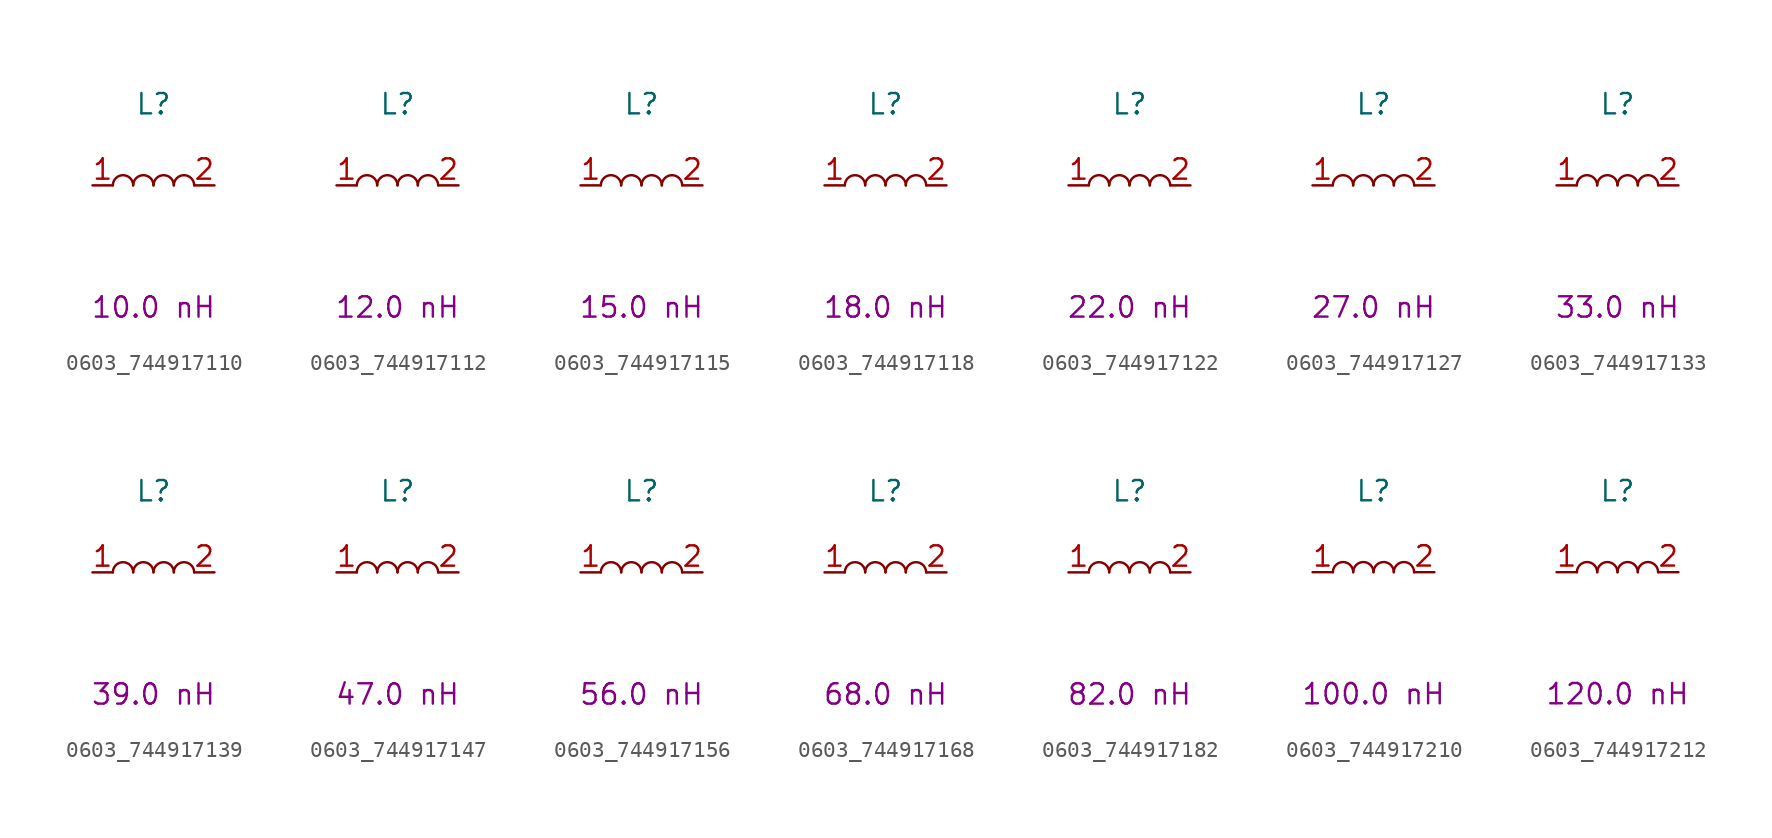
<source format=kicad_sym>
(kicad_symbol_lib
  (version 20220914)
  (generator kicad_symbol_editor)
  (symbol "0603_744917110"
    (pin_names hide)
    (property "Reference" "L"
      (at 0 5.08 0)
      (effects (font (size 1.27 1.27))))
    (property "Critical Parameter" "10.0 nH"
      (at 0 -7.62 0)
      (effects (font (size 1.27 1.27))))
    (symbol "0603_744917110_0_1"
      (arc (start -1.27 0) (mid -1.905 0.6323) (end -2.54 0) (stroke (width 0) (type default)) (fill (type none)))
      (arc (start 0 0) (mid -0.635 0.6323) (end -1.27 0) (stroke (width 0) (type default)) (fill (type none)))
      (arc (start 1.27 0) (mid 0.635 0.6323) (end 0 0) (stroke (width 0) (type default)) (fill (type none)))
      (arc (start 2.54 0) (mid 1.905 0.6323) (end 1.27 0) (stroke (width 0) (type default)) (fill (type none))))
    (symbol "0603_744917110_1_1"
      (pin passive line (at -3.81 0 0) (length 1.27) (name "1" (effects (font (size 1.27 1.27)))) (number "1" (effects (font (size 1.27 1.27)))))
      (pin passive line (at 3.81 0 180) (length 1.27) (name "2" (effects (font (size 1.27 1.27)))) (number "2" (effects (font (size 1.27 1.27)))))))
  (symbol "0603_744917112"
    (pin_names hide)
    (property "Reference" "L"
      (at 0 5.08 0)
      (effects (font (size 1.27 1.27))))
    (property "Critical Parameter" "12.0 nH"
      (at 0 -7.62 0)
      (effects (font (size 1.27 1.27))))
    (symbol "0603_744917112_0_1"
      (arc (start -1.27 0) (mid -1.905 0.6323) (end -2.54 0) (stroke (width 0) (type default)) (fill (type none)))
      (arc (start 0 0) (mid -0.635 0.6323) (end -1.27 0) (stroke (width 0) (type default)) (fill (type none)))
      (arc (start 1.27 0) (mid 0.635 0.6323) (end 0 0) (stroke (width 0) (type default)) (fill (type none)))
      (arc (start 2.54 0) (mid 1.905 0.6323) (end 1.27 0) (stroke (width 0) (type default)) (fill (type none))))
    (symbol "0603_744917112_1_1"
      (pin passive line (at -3.81 0 0) (length 1.27) (name "1" (effects (font (size 1.27 1.27)))) (number "1" (effects (font (size 1.27 1.27)))))
      (pin passive line (at 3.81 0 180) (length 1.27) (name "2" (effects (font (size 1.27 1.27)))) (number "2" (effects (font (size 1.27 1.27)))))))
  (symbol "0603_744917115"
    (pin_names hide)
    (property "Reference" "L"
      (at 0 5.08 0)
      (effects (font (size 1.27 1.27))))
    (property "Critical Parameter" "15.0 nH"
      (at 0 -7.62 0)
      (effects (font (size 1.27 1.27))))
    (symbol "0603_744917115_0_1"
      (arc (start -1.27 0) (mid -1.905 0.6323) (end -2.54 0) (stroke (width 0) (type default)) (fill (type none)))
      (arc (start 0 0) (mid -0.635 0.6323) (end -1.27 0) (stroke (width 0) (type default)) (fill (type none)))
      (arc (start 1.27 0) (mid 0.635 0.6323) (end 0 0) (stroke (width 0) (type default)) (fill (type none)))
      (arc (start 2.54 0) (mid 1.905 0.6323) (end 1.27 0) (stroke (width 0) (type default)) (fill (type none))))
    (symbol "0603_744917115_1_1"
      (pin passive line (at -3.81 0 0) (length 1.27) (name "1" (effects (font (size 1.27 1.27)))) (number "1" (effects (font (size 1.27 1.27)))))
      (pin passive line (at 3.81 0 180) (length 1.27) (name "2" (effects (font (size 1.27 1.27)))) (number "2" (effects (font (size 1.27 1.27)))))))
  (symbol "0603_744917118"
    (pin_names hide)
    (property "Reference" "L"
      (at 0 5.08 0)
      (effects (font (size 1.27 1.27))))
    (property "Critical Parameter" "18.0 nH"
      (at 0 -7.62 0)
      (effects (font (size 1.27 1.27))))
    (symbol "0603_744917118_0_1"
      (arc (start -1.27 0) (mid -1.905 0.6323) (end -2.54 0) (stroke (width 0) (type default)) (fill (type none)))
      (arc (start 0 0) (mid -0.635 0.6323) (end -1.27 0) (stroke (width 0) (type default)) (fill (type none)))
      (arc (start 1.27 0) (mid 0.635 0.6323) (end 0 0) (stroke (width 0) (type default)) (fill (type none)))
      (arc (start 2.54 0) (mid 1.905 0.6323) (end 1.27 0) (stroke (width 0) (type default)) (fill (type none))))
    (symbol "0603_744917118_1_1"
      (pin passive line (at -3.81 0 0) (length 1.27) (name "1" (effects (font (size 1.27 1.27)))) (number "1" (effects (font (size 1.27 1.27)))))
      (pin passive line (at 3.81 0 180) (length 1.27) (name "2" (effects (font (size 1.27 1.27)))) (number "2" (effects (font (size 1.27 1.27)))))))
  (symbol "0603_744917122"
    (pin_names hide)
    (property "Reference" "L"
      (at 0 5.08 0)
      (effects (font (size 1.27 1.27))))
    (property "Critical Parameter" "22.0 nH"
      (at 0 -7.62 0)
      (effects (font (size 1.27 1.27))))
    (symbol "0603_744917122_0_1"
      (arc (start -1.27 0) (mid -1.905 0.6323) (end -2.54 0) (stroke (width 0) (type default)) (fill (type none)))
      (arc (start 0 0) (mid -0.635 0.6323) (end -1.27 0) (stroke (width 0) (type default)) (fill (type none)))
      (arc (start 1.27 0) (mid 0.635 0.6323) (end 0 0) (stroke (width 0) (type default)) (fill (type none)))
      (arc (start 2.54 0) (mid 1.905 0.6323) (end 1.27 0) (stroke (width 0) (type default)) (fill (type none))))
    (symbol "0603_744917122_1_1"
      (pin passive line (at -3.81 0 0) (length 1.27) (name "1" (effects (font (size 1.27 1.27)))) (number "1" (effects (font (size 1.27 1.27)))))
      (pin passive line (at 3.81 0 180) (length 1.27) (name "2" (effects (font (size 1.27 1.27)))) (number "2" (effects (font (size 1.27 1.27)))))))
  (symbol "0603_744917127"
    (pin_names hide)
    (property "Reference" "L"
      (at 0 5.08 0)
      (effects (font (size 1.27 1.27))))
    (property "Critical Parameter" "27.0 nH"
      (at 0 -7.62 0)
      (effects (font (size 1.27 1.27))))
    (symbol "0603_744917127_0_1"
      (arc (start -1.27 0) (mid -1.905 0.6323) (end -2.54 0) (stroke (width 0) (type default)) (fill (type none)))
      (arc (start 0 0) (mid -0.635 0.6323) (end -1.27 0) (stroke (width 0) (type default)) (fill (type none)))
      (arc (start 1.27 0) (mid 0.635 0.6323) (end 0 0) (stroke (width 0) (type default)) (fill (type none)))
      (arc (start 2.54 0) (mid 1.905 0.6323) (end 1.27 0) (stroke (width 0) (type default)) (fill (type none))))
    (symbol "0603_744917127_1_1"
      (pin passive line (at -3.81 0 0) (length 1.27) (name "1" (effects (font (size 1.27 1.27)))) (number "1" (effects (font (size 1.27 1.27)))))
      (pin passive line (at 3.81 0 180) (length 1.27) (name "2" (effects (font (size 1.27 1.27)))) (number "2" (effects (font (size 1.27 1.27)))))))
  (symbol "0603_744917133"
    (pin_names hide)
    (property "Reference" "L"
      (at 0 5.08 0)
      (effects (font (size 1.27 1.27))))
    (property "Critical Parameter" "33.0 nH"
      (at 0 -7.62 0)
      (effects (font (size 1.27 1.27))))
    (symbol "0603_744917133_0_1"
      (arc (start -1.27 0) (mid -1.905 0.6323) (end -2.54 0) (stroke (width 0) (type default)) (fill (type none)))
      (arc (start 0 0) (mid -0.635 0.6323) (end -1.27 0) (stroke (width 0) (type default)) (fill (type none)))
      (arc (start 1.27 0) (mid 0.635 0.6323) (end 0 0) (stroke (width 0) (type default)) (fill (type none)))
      (arc (start 2.54 0) (mid 1.905 0.6323) (end 1.27 0) (stroke (width 0) (type default)) (fill (type none))))
    (symbol "0603_744917133_1_1"
      (pin passive line (at -3.81 0 0) (length 1.27) (name "1" (effects (font (size 1.27 1.27)))) (number "1" (effects (font (size 1.27 1.27)))))
      (pin passive line (at 3.81 0 180) (length 1.27) (name "2" (effects (font (size 1.27 1.27)))) (number "2" (effects (font (size 1.27 1.27)))))))
  (symbol "0603_744917139"
    (pin_names hide)
    (property "Reference" "L"
      (at 0 5.08 0)
      (effects (font (size 1.27 1.27))))
    (property "Critical Parameter" "39.0 nH"
      (at 0 -7.62 0)
      (effects (font (size 1.27 1.27))))
    (symbol "0603_744917139_0_1"
      (arc (start -1.27 0) (mid -1.905 0.6323) (end -2.54 0) (stroke (width 0) (type default)) (fill (type none)))
      (arc (start 0 0) (mid -0.635 0.6323) (end -1.27 0) (stroke (width 0) (type default)) (fill (type none)))
      (arc (start 1.27 0) (mid 0.635 0.6323) (end 0 0) (stroke (width 0) (type default)) (fill (type none)))
      (arc (start 2.54 0) (mid 1.905 0.6323) (end 1.27 0) (stroke (width 0) (type default)) (fill (type none))))
    (symbol "0603_744917139_1_1"
      (pin passive line (at -3.81 0 0) (length 1.27) (name "1" (effects (font (size 1.27 1.27)))) (number "1" (effects (font (size 1.27 1.27)))))
      (pin passive line (at 3.81 0 180) (length 1.27) (name "2" (effects (font (size 1.27 1.27)))) (number "2" (effects (font (size 1.27 1.27)))))))
  (symbol "0603_744917147"
    (pin_names hide)
    (property "Reference" "L"
      (at 0 5.08 0)
      (effects (font (size 1.27 1.27))))
    (property "Critical Parameter" "47.0 nH"
      (at 0 -7.62 0)
      (effects (font (size 1.27 1.27))))
    (symbol "0603_744917147_0_1"
      (arc (start -1.27 0) (mid -1.905 0.6323) (end -2.54 0) (stroke (width 0) (type default)) (fill (type none)))
      (arc (start 0 0) (mid -0.635 0.6323) (end -1.27 0) (stroke (width 0) (type default)) (fill (type none)))
      (arc (start 1.27 0) (mid 0.635 0.6323) (end 0 0) (stroke (width 0) (type default)) (fill (type none)))
      (arc (start 2.54 0) (mid 1.905 0.6323) (end 1.27 0) (stroke (width 0) (type default)) (fill (type none))))
    (symbol "0603_744917147_1_1"
      (pin passive line (at -3.81 0 0) (length 1.27) (name "1" (effects (font (size 1.27 1.27)))) (number "1" (effects (font (size 1.27 1.27)))))
      (pin passive line (at 3.81 0 180) (length 1.27) (name "2" (effects (font (size 1.27 1.27)))) (number "2" (effects (font (size 1.27 1.27)))))))
  (symbol "0603_744917156"
    (pin_names hide)
    (property "Reference" "L"
      (at 0 5.08 0)
      (effects (font (size 1.27 1.27))))
    (property "Critical Parameter" "56.0 nH"
      (at 0 -7.62 0)
      (effects (font (size 1.27 1.27))))
    (symbol "0603_744917156_0_1"
      (arc (start -1.27 0) (mid -1.905 0.6323) (end -2.54 0) (stroke (width 0) (type default)) (fill (type none)))
      (arc (start 0 0) (mid -0.635 0.6323) (end -1.27 0) (stroke (width 0) (type default)) (fill (type none)))
      (arc (start 1.27 0) (mid 0.635 0.6323) (end 0 0) (stroke (width 0) (type default)) (fill (type none)))
      (arc (start 2.54 0) (mid 1.905 0.6323) (end 1.27 0) (stroke (width 0) (type default)) (fill (type none))))
    (symbol "0603_744917156_1_1"
      (pin passive line (at -3.81 0 0) (length 1.27) (name "1" (effects (font (size 1.27 1.27)))) (number "1" (effects (font (size 1.27 1.27)))))
      (pin passive line (at 3.81 0 180) (length 1.27) (name "2" (effects (font (size 1.27 1.27)))) (number "2" (effects (font (size 1.27 1.27)))))))
  (symbol "0603_744917168"
    (pin_names hide)
    (property "Reference" "L"
      (at 0 5.08 0)
      (effects (font (size 1.27 1.27))))
    (property "Critical Parameter" "68.0 nH"
      (at 0 -7.62 0)
      (effects (font (size 1.27 1.27))))
    (symbol "0603_744917168_0_1"
      (arc (start -1.27 0) (mid -1.905 0.6323) (end -2.54 0) (stroke (width 0) (type default)) (fill (type none)))
      (arc (start 0 0) (mid -0.635 0.6323) (end -1.27 0) (stroke (width 0) (type default)) (fill (type none)))
      (arc (start 1.27 0) (mid 0.635 0.6323) (end 0 0) (stroke (width 0) (type default)) (fill (type none)))
      (arc (start 2.54 0) (mid 1.905 0.6323) (end 1.27 0) (stroke (width 0) (type default)) (fill (type none))))
    (symbol "0603_744917168_1_1"
      (pin passive line (at -3.81 0 0) (length 1.27) (name "1" (effects (font (size 1.27 1.27)))) (number "1" (effects (font (size 1.27 1.27)))))
      (pin passive line (at 3.81 0 180) (length 1.27) (name "2" (effects (font (size 1.27 1.27)))) (number "2" (effects (font (size 1.27 1.27)))))))
  (symbol "0603_744917182"
    (pin_names hide)
    (property "Reference" "L"
      (at 0 5.08 0)
      (effects (font (size 1.27 1.27))))
    (property "Critical Parameter" "82.0 nH"
      (at 0 -7.62 0)
      (effects (font (size 1.27 1.27))))
    (symbol "0603_744917182_0_1"
      (arc (start -1.27 0) (mid -1.905 0.6323) (end -2.54 0) (stroke (width 0) (type default)) (fill (type none)))
      (arc (start 0 0) (mid -0.635 0.6323) (end -1.27 0) (stroke (width 0) (type default)) (fill (type none)))
      (arc (start 1.27 0) (mid 0.635 0.6323) (end 0 0) (stroke (width 0) (type default)) (fill (type none)))
      (arc (start 2.54 0) (mid 1.905 0.6323) (end 1.27 0) (stroke (width 0) (type default)) (fill (type none))))
    (symbol "0603_744917182_1_1"
      (pin passive line (at -3.81 0 0) (length 1.27) (name "1" (effects (font (size 1.27 1.27)))) (number "1" (effects (font (size 1.27 1.27)))))
      (pin passive line (at 3.81 0 180) (length 1.27) (name "2" (effects (font (size 1.27 1.27)))) (number "2" (effects (font (size 1.27 1.27)))))))
  (symbol "0603_744917210"
    (pin_names hide)
    (property "Reference" "L"
      (at 0 5.08 0)
      (effects (font (size 1.27 1.27))))
    (property "Critical Parameter" "100.0 nH"
      (at 0 -7.62 0)
      (effects (font (size 1.27 1.27))))
    (symbol "0603_744917210_0_1"
      (arc (start -1.27 0) (mid -1.905 0.6323) (end -2.54 0) (stroke (width 0) (type default)) (fill (type none)))
      (arc (start 0 0) (mid -0.635 0.6323) (end -1.27 0) (stroke (width 0) (type default)) (fill (type none)))
      (arc (start 1.27 0) (mid 0.635 0.6323) (end 0 0) (stroke (width 0) (type default)) (fill (type none)))
      (arc (start 2.54 0) (mid 1.905 0.6323) (end 1.27 0) (stroke (width 0) (type default)) (fill (type none))))
    (symbol "0603_744917210_1_1"
      (pin passive line (at -3.81 0 0) (length 1.27) (name "1" (effects (font (size 1.27 1.27)))) (number "1" (effects (font (size 1.27 1.27)))))
      (pin passive line (at 3.81 0 180) (length 1.27) (name "2" (effects (font (size 1.27 1.27)))) (number "2" (effects (font (size 1.27 1.27)))))))
  (symbol "0603_744917212"
    (pin_names hide)
    (property "Reference" "L"
      (at 0 5.08 0)
      (effects (font (size 1.27 1.27))))
    (property "Critical Parameter" "120.0 nH"
      (at 0 -7.62 0)
      (effects (font (size 1.27 1.27))))
    (symbol "0603_744917212_0_1"
      (arc (start -1.27 0) (mid -1.905 0.6323) (end -2.54 0) (stroke (width 0) (type default)) (fill (type none)))
      (arc (start 0 0) (mid -0.635 0.6323) (end -1.27 0) (stroke (width 0) (type default)) (fill (type none)))
      (arc (start 1.27 0) (mid 0.635 0.6323) (end 0 0) (stroke (width 0) (type default)) (fill (type none)))
      (arc (start 2.54 0) (mid 1.905 0.6323) (end 1.27 0) (stroke (width 0) (type default)) (fill (type none))))
    (symbol "0603_744917212_1_1"
      (pin passive line (at -3.81 0 0) (length 1.27) (name "1" (effects (font (size 1.27 1.27)))) (number "1" (effects (font (size 1.27 1.27)))))
      (pin passive line (at 3.81 0 180) (length 1.27) (name "2" (effects (font (size 1.27 1.27)))) (number "2" (effects (font (size 1.27 1.27))))))))
</source>
